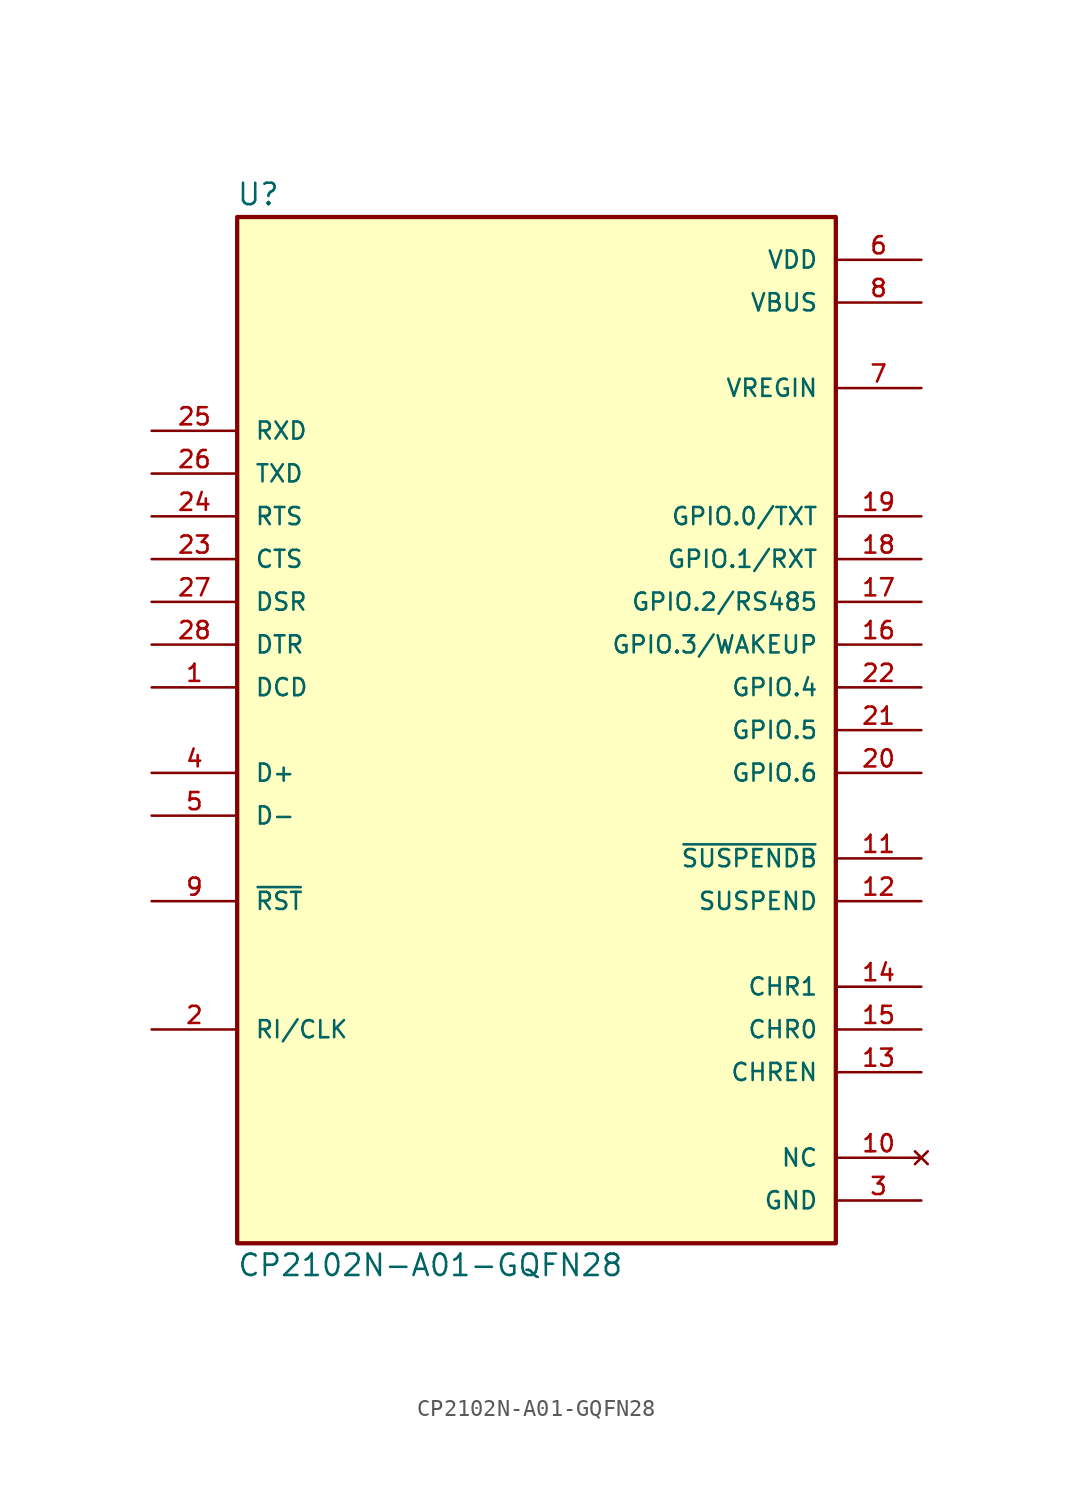
<source format=kicad_sym>
(kicad_symbol_lib
  (version 20211014)
  (generator kicad_symbol_editor)
  (symbol "CP2102N-A01-GQFN28"
    (pin_names
      (offset 1.016))
    (property "Reference" "U"
      (at -17.837 31.084 0)
      (effects (font (size 1.27 1.27)) (justify bottom left)))
    (property "Value" "CP2102N-A01-GQFN28"
      (at -17.809 -31.041 0)
      (effects (font (size 1.27 1.27)) (justify top left)))
    (symbol "CP2102N-A01-GQFN28_0_0"
      (rectangle (start -17.78 -30.48) (end 17.78 30.48) (stroke (width 0.254)) (fill (type background)))
      (pin bidirectional line (at 22.86 10.16 180.0) (length 5.08) (name "GPIO.1/RXT" (effects (font (size 1.016 1.016)))) (number "18" (effects (font (size 1.016 1.016)))))
      (pin bidirectional line (at 22.86 12.7 180.0) (length 5.08) (name "GPIO.0/TXT" (effects (font (size 1.016 1.016)))) (number "19" (effects (font (size 1.016 1.016)))))
      (pin power_in line (at 22.86 -27.94 180.0) (length 5.08) (name "GND" (effects (font (size 1.016 1.016)))) (number "3" (effects (font (size 1.016 1.016)))))
      (pin power_in line (at 22.86 -27.94 180.0) (length 5.08) hide (name "GND" (effects (font (size 1.016 1.016)))) (number "29" (effects (font (size 1.016 1.016)))))
      (pin bidirectional line (at -22.86 -2.54 0) (length 5.08) (name "D+" (effects (font (size 1.016 1.016)))) (number "4" (effects (font (size 1.016 1.016)))))
      (pin bidirectional line (at -22.86 -5.08 0) (length 5.08) (name "D-" (effects (font (size 1.016 1.016)))) (number "5" (effects (font (size 1.016 1.016)))))
      (pin power_in line (at 22.86 27.94 180.0) (length 5.08) (name "VDD" (effects (font (size 1.016 1.016)))) (number "6" (effects (font (size 1.016 1.016)))))
      (pin power_in line (at 22.86 20.32 180.0) (length 5.08) (name "VREGIN" (effects (font (size 1.016 1.016)))) (number "7" (effects (font (size 1.016 1.016)))))
      (pin power_in line (at 22.86 25.4 180.0) (length 5.08) (name "VBUS" (effects (font (size 1.016 1.016)))) (number "8" (effects (font (size 1.016 1.016)))))
      (pin input line (at -22.86 -10.16 0) (length 5.08) (name "~{RST}" (effects (font (size 1.016 1.016)))) (number "9" (effects (font (size 1.016 1.016)))))
      (pin output line (at 22.86 -7.62 180.0) (length 5.08) (name "~{SUSPENDB}" (effects (font (size 1.016 1.016)))) (number "11" (effects (font (size 1.016 1.016)))))
      (pin output line (at 22.86 -20.32 180.0) (length 5.08) (name "CHREN" (effects (font (size 1.016 1.016)))) (number "13" (effects (font (size 1.016 1.016)))))
      (pin output line (at 22.86 -10.16 180.0) (length 5.08) (name "SUSPEND" (effects (font (size 1.016 1.016)))) (number "12" (effects (font (size 1.016 1.016)))))
      (pin input line (at -22.86 10.16 0) (length 5.08) (name "CTS" (effects (font (size 1.016 1.016)))) (number "23" (effects (font (size 1.016 1.016)))))
      (pin output line (at -22.86 12.7 0) (length 5.08) (name "RTS" (effects (font (size 1.016 1.016)))) (number "24" (effects (font (size 1.016 1.016)))))
      (pin input line (at -22.86 17.78 0) (length 5.08) (name "RXD" (effects (font (size 1.016 1.016)))) (number "25" (effects (font (size 1.016 1.016)))))
      (pin output line (at -22.86 15.24 0) (length 5.08) (name "TXD" (effects (font (size 1.016 1.016)))) (number "26" (effects (font (size 1.016 1.016)))))
      (pin bidirectional line (at 22.86 7.62 180.0) (length 5.08) (name "GPIO.2/RS485" (effects (font (size 1.016 1.016)))) (number "17" (effects (font (size 1.016 1.016)))))
      (pin bidirectional line (at 22.86 5.08 180.0) (length 5.08) (name "GPIO.3/WAKEUP" (effects (font (size 1.016 1.016)))) (number "16" (effects (font (size 1.016 1.016)))))
      (pin input line (at -22.86 7.62 0) (length 5.08) (name "DSR" (effects (font (size 1.016 1.016)))) (number "27" (effects (font (size 1.016 1.016)))))
      (pin output line (at -22.86 5.08 0) (length 5.08) (name "DTR" (effects (font (size 1.016 1.016)))) (number "28" (effects (font (size 1.016 1.016)))))
      (pin input line (at -22.86 2.54 0) (length 5.08) (name "DCD" (effects (font (size 1.016 1.016)))) (number "1" (effects (font (size 1.016 1.016)))))
      (pin bidirectional line (at -22.86 -17.78 0) (length 5.08) (name "RI/CLK" (effects (font (size 1.016 1.016)))) (number "2" (effects (font (size 1.016 1.016)))))
      (pin output line (at 22.86 -15.24 180.0) (length 5.08) (name "CHR1" (effects (font (size 1.016 1.016)))) (number "14" (effects (font (size 1.016 1.016)))))
      (pin output line (at 22.86 -17.78 180.0) (length 5.08) (name "CHR0" (effects (font (size 1.016 1.016)))) (number "15" (effects (font (size 1.016 1.016)))))
      (pin bidirectional line (at 22.86 -2.54 180.0) (length 5.08) (name "GPIO.6" (effects (font (size 1.016 1.016)))) (number "20" (effects (font (size 1.016 1.016)))))
      (pin bidirectional line (at 22.86 2.54 180.0) (length 5.08) (name "GPIO.4" (effects (font (size 1.016 1.016)))) (number "22" (effects (font (size 1.016 1.016)))))
      (pin bidirectional line (at 22.86 0.0 180.0) (length 5.08) (name "GPIO.5" (effects (font (size 1.016 1.016)))) (number "21" (effects (font (size 1.016 1.016)))))
      (pin no_connect line (at 22.86 -25.4 180.0) (length 5.08) (name "NC" (effects (font (size 1.016 1.016)))) (number "10" (effects (font (size 1.016 1.016))))))))
</source>
